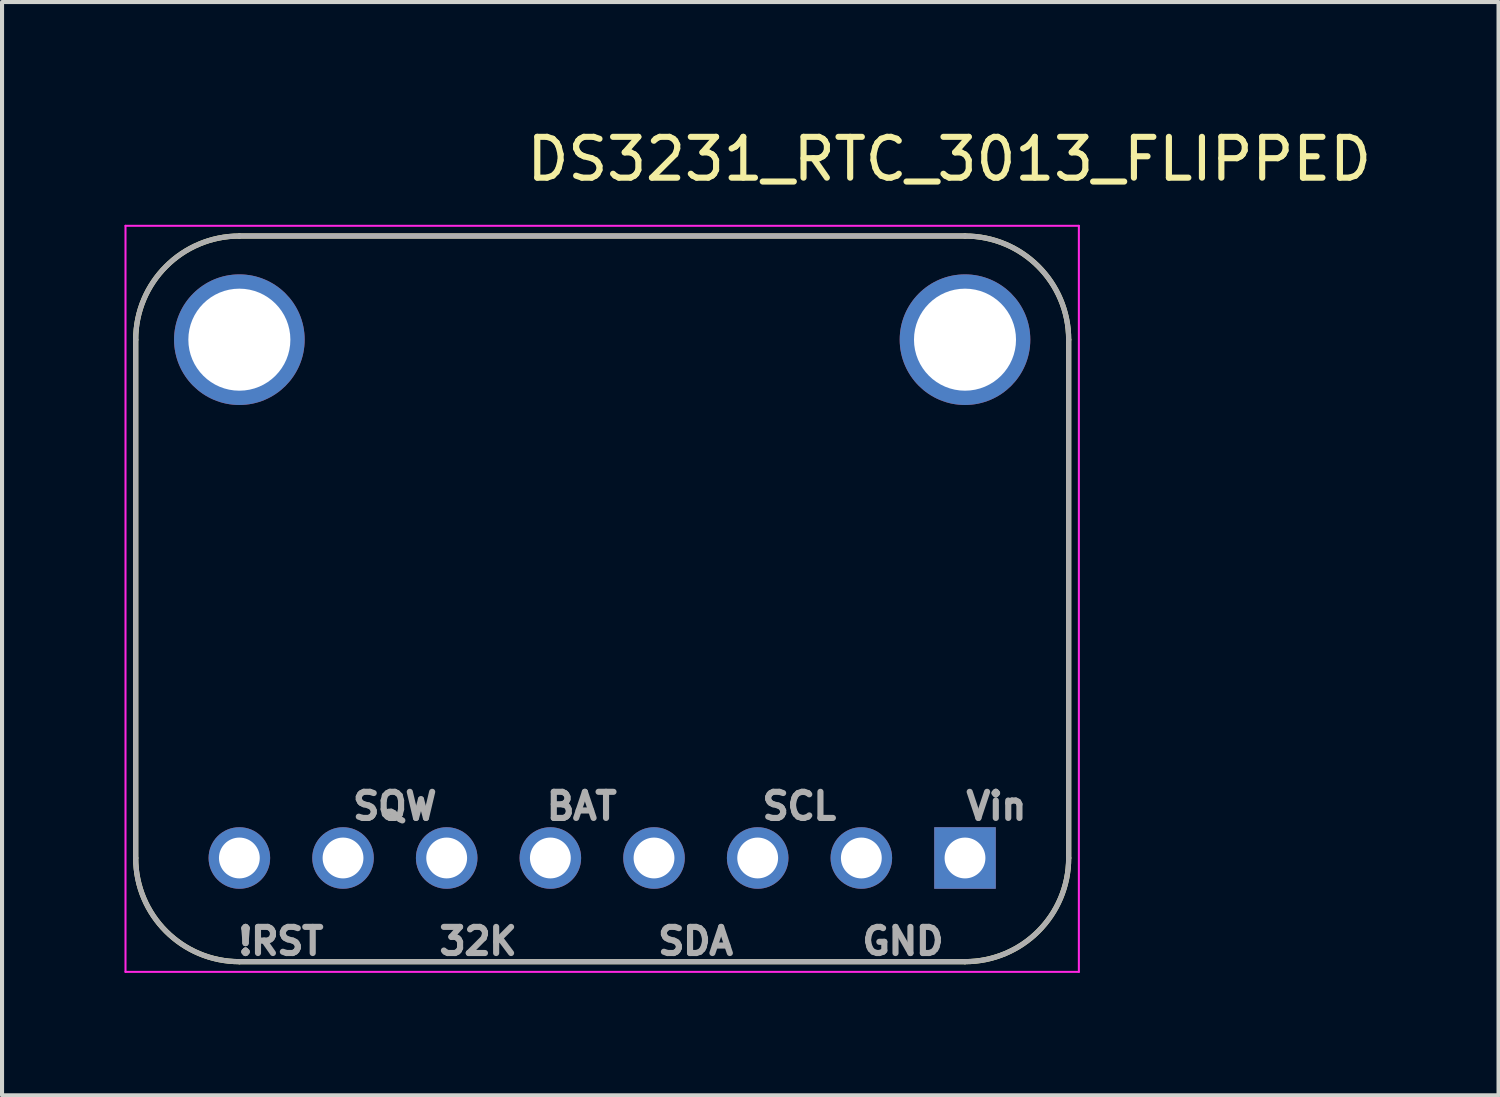
<source format=kicad_pcb>
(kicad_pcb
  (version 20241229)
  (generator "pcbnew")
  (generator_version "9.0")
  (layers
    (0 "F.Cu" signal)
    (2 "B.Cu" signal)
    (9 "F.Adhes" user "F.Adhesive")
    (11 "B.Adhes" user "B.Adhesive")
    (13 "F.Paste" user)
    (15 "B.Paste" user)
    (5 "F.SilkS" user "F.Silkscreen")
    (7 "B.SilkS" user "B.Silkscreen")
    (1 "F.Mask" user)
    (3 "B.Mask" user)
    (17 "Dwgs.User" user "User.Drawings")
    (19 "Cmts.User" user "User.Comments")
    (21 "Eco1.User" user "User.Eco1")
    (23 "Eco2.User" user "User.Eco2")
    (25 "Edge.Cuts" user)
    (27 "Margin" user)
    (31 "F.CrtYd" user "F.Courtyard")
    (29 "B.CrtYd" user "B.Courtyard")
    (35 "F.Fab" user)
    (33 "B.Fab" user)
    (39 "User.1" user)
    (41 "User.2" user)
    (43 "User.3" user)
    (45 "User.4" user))
  (footprint "DS3231_RTC_3013_FLIPPED"
    (layer "F.Cu")
    (at 20.595 17.973)
    (property "Reference" "DS3231_RTC_3013_FLIPPED" (at -0.385 -17.125 0) (layer "F.SilkS") (effects (font (size 1 1) (thickness 0.15))))
    (attr through_hole)
    (fp_line (start -20.32 -12.7) (end -20.32 0) (stroke (width 0.127) (type solid)) (layer "F.SilkS"))
    (fp_line (start -17.78 2.54) (end 0 2.54) (stroke (width 0.127) (type solid)) (layer "F.SilkS"))
    (fp_line (start 0 -15.24) (end -17.78 -15.24) (stroke (width 0.127) (type solid)) (layer "F.SilkS"))
    (fp_line (start 2.54 0) (end 2.54 -12.7) (stroke (width 0.127) (type solid)) (layer "F.SilkS"))
    (fp_arc (start -20.32 -12.7) (mid -19.576051 -14.496051) (end -17.78 -15.24) (stroke (width 0.127) (type solid)) (layer "F.SilkS"))
    (fp_arc (start -17.78 2.54) (mid -19.576051 1.796051) (end -20.32 0) (stroke (width 0.127) (type solid)) (layer "F.SilkS"))
    (fp_arc (start 0 -15.24) (mid 1.796051 -14.496051) (end 2.54 -12.7) (stroke (width 0.127) (type solid)) (layer "F.SilkS"))
    (fp_arc (start 2.54 0) (mid 1.796051 1.796051) (end 0 2.54) (stroke (width 0.127) (type solid)) (layer "F.SilkS"))
    (fp_line (start -20.57 -15.49) (end 2.79 -15.49) (stroke (width 0.05) (type solid)) (layer "F.CrtYd"))
    (fp_line (start -20.57 2.79) (end -20.57 -15.49) (stroke (width 0.05) (type solid)) (layer "F.CrtYd"))
    (fp_line (start 2.79 -15.49) (end 2.79 2.79) (stroke (width 0.05) (type solid)) (layer "F.CrtYd"))
    (fp_line (start 2.79 2.79) (end -20.57 2.79) (stroke (width 0.05) (type solid)) (layer "F.CrtYd"))
    (fp_line (start -20.32 -12.7) (end -20.32 0) (stroke (width 0.127) (type solid)) (layer "F.Fab"))
    (fp_line (start -17.78 2.54) (end 0 2.54) (stroke (width 0.127) (type solid)) (layer "F.Fab"))
    (fp_line (start 0 -15.24) (end -17.78 -15.24) (stroke (width 0.127) (type solid)) (layer "F.Fab"))
    (fp_line (start 2.54 0) (end 2.54 -12.7) (stroke (width 0.127) (type solid)) (layer "F.Fab"))
    (fp_arc (start -20.32 -12.7) (mid -19.576051 -14.496051) (end -17.78 -15.24) (stroke (width 0.127) (type solid)) (layer "F.Fab"))
    (fp_arc (start -17.78 2.54) (mid -19.576051 1.796051) (end -20.32 0) (stroke (width 0.127) (type solid)) (layer "F.Fab"))
    (fp_arc (start 0 -15.24) (mid 1.796051 -14.496051) (end 2.54 -12.7) (stroke (width 0.127) (type solid)) (layer "F.Fab"))
    (fp_arc (start 2.54 0) (mid 1.796051 1.796051) (end 0 2.54) (stroke (width 0.127) (type solid)) (layer "F.Fab"))
    (fp_text user "SDA" (at -6.6 2.04 0) (layer "F.Fab") (effects (font (size 0.64 0.64) (thickness 0.15))))
    (fp_text user "BAT" (at -9.39 -1.27 0) (layer "F.Fab") (effects (font (size 0.64 0.64) (thickness 0.15))))
    (fp_text user "SQW" (at -13.97 -1.27 0) (layer "F.Fab") (effects (font (size 0.64 0.64) (thickness 0.15))))
    (fp_text user "!RST" (at -16.76 2.04 0) (layer "F.Fab") (effects (font (size 0.64 0.64) (thickness 0.15))))
    (fp_text user "Vin" (at 0.77 -1.27 0) (layer "F.Fab") (effects (font (size 0.64 0.64) (thickness 0.15))))
    (fp_text user "32K" (at -11.93 2.04 0) (layer "F.Fab") (effects (font (size 0.64 0.64) (thickness 0.15))))
    (fp_text user "GND" (at -1.52 2.04 0) (layer "F.Fab") (effects (font (size 0.64 0.64) (thickness 0.15))))
    (fp_text user "SCL" (at -4.06 -1.27 0) (layer "F.Fab") (effects (font (size 0.64 0.64) (thickness 0.15))))
    (pad "1" thru_hole rect (at 0 0) (size 1.508 1.508) (drill 1) (layers "*.Cu" "*.Mask"))
    (pad "2" thru_hole circle (at -2.54 0) (size 1.508 1.508) (drill 1) (layers "*.Cu" "*.Mask"))
    (pad "3" thru_hole circle (at -5.08 0) (size 1.508 1.508) (drill 1) (layers "*.Cu" "*.Mask"))
    (pad "4" thru_hole circle (at -7.62 0) (size 1.508 1.508) (drill 1) (layers "*.Cu" "*.Mask"))
    (pad "5" thru_hole circle (at -10.16 0) (size 1.508 1.508) (drill 1) (layers "*.Cu" "*.Mask"))
    (pad "6" thru_hole circle (at -12.7 0) (size 1.508 1.508) (drill 1) (layers "*.Cu" "*.Mask"))
    (pad "7" thru_hole circle (at -15.24 0) (size 1.508 1.508) (drill 1) (layers "*.Cu" "*.Mask"))
    (pad "8" thru_hole circle (at -17.78 0) (size 1.508 1.508) (drill 1) (layers "*.Cu" "*.Mask"))
    (pad "SH1" thru_hole circle (at 0 -12.7) (size 3.2 3.2) (drill 2.5) (layers "*.Cu" "*.Mask"))
    (pad "SH2" thru_hole circle (at -17.78 -12.7) (size 3.2 3.2) (drill 2.5) (layers "*.Cu" "*.Mask")))
  (gr_rect
    (start -3 -3)
    (end 33.668 23.788)
    (stroke (width 0.1) (type default))
    (fill no)
    (layer "Edge.Cuts")))
</source>
